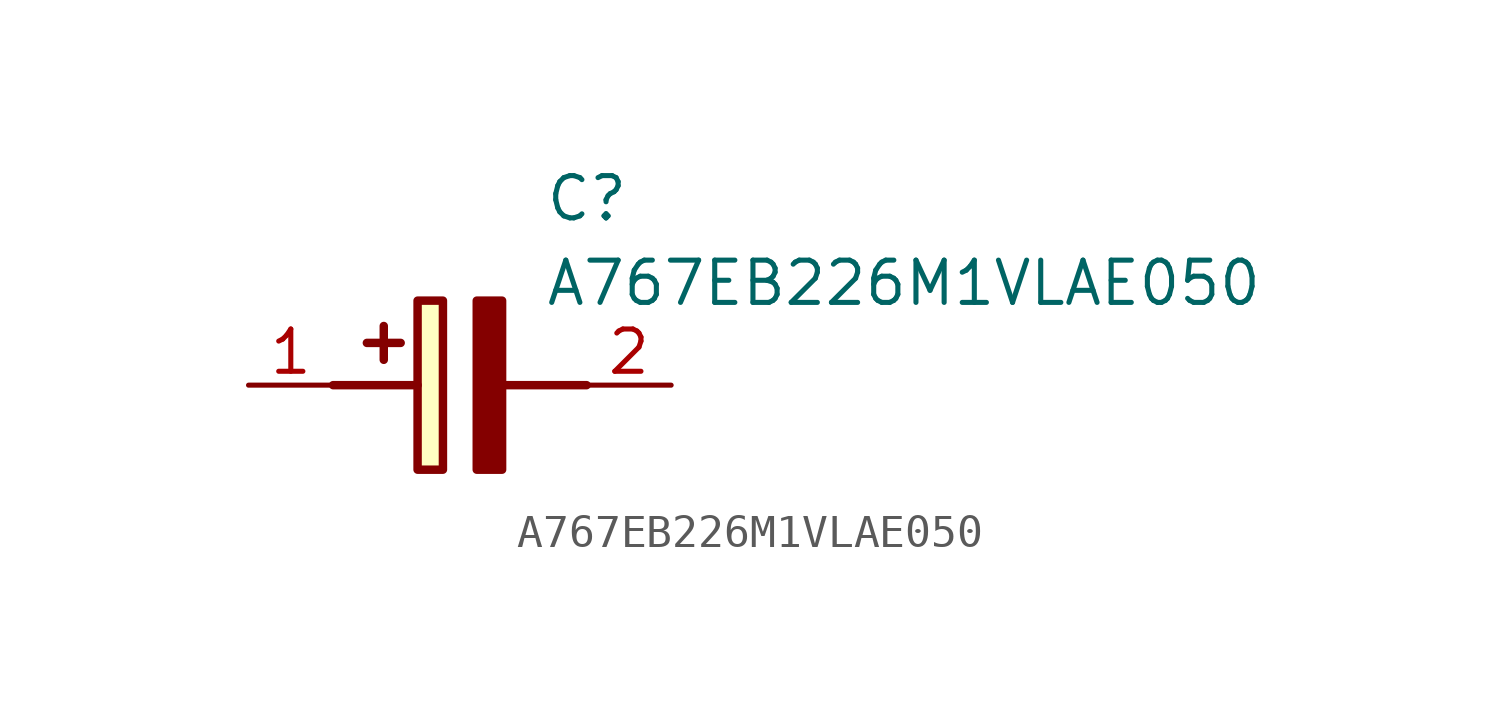
<source format=kicad_sym>
(kicad_symbol_lib
  (version 20211014)
  (generator SamacSys_ECAD_Model)
  (symbol "A767EB226M1VLAE050"
    (pin_names hide)
    (property "Reference" "C"
      (at 8.89 6.35 0)
      (effects (font (size 1.27 1.27)) (justify left top)))
    (property "Value" "A767EB226M1VLAE050"
      (at 8.89 3.81 0)
      (effects (font (size 1.27 1.27)) (justify left top)))
    (rectangle
      (start 5.08 2.54)
      (end 5.842 -2.54)
      (stroke (width 0.254) (type default))
      (fill (type background)))
    (polyline
      (pts (xy 4.572 1.27) (xy 3.556 1.27))
      (stroke (width 0.254) (type default))
      (fill (type none)))
    (polyline
      (pts (xy 4.064 1.778) (xy 4.064 0.762))
      (stroke (width 0.254) (type default))
      (fill (type none)))
    (polyline
      (pts (xy 2.54 0) (xy 5.08 0))
      (stroke (width 0.254) (type default))
      (fill (type none)))
    (polyline
      (pts (xy 7.62 0) (xy 10.16 0))
      (stroke (width 0.254) (type default))
      (fill (type none)))
    (polyline
      (pts (xy 7.62 2.54) (xy 7.62 -2.54) (xy 6.858 -2.54) (xy 6.858 2.54) (xy 7.62 2.54))
      (stroke (width 0.254) (type default))
      (fill (type outline)))
    (pin passive line
      (at 0 0 0)
      (length 2.54)
      (name "+" (effects (font (size 1.27 1.27))))
      (number "1" (effects (font (size 1.27 1.27)))))
    (pin passive line
      (at 12.7 0 180)
      (length 2.54)
      (name "-" (effects (font (size 1.27 1.27))))
      (number "2" (effects (font (size 1.27 1.27)))))))
</source>
